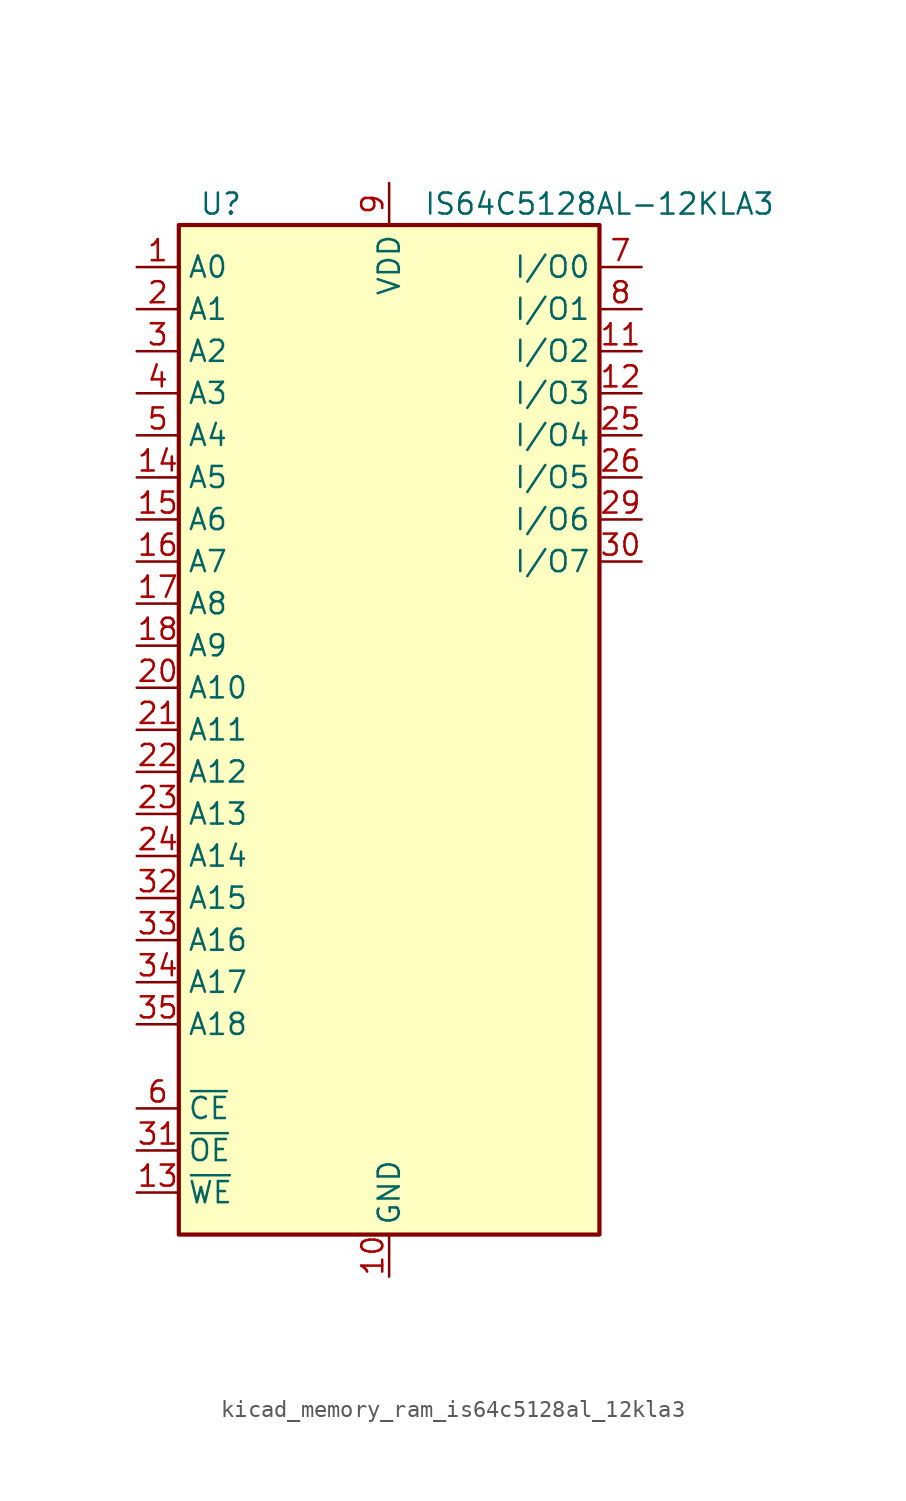
<source format=kicad_sym>
(kicad_symbol_lib
  (version 20220914)
  (generator kicad_symbol_editor)
  (symbol "kicad_memory_ram_is64c5128al_12kla3"
    (property "Reference" "U"
      (at -10.16 31.75 0)
      (effects (font (size 1.27 1.27))))
    (property "Value" "IS64C5128AL-12KLA3"
      (at 12.7 31.75 0)
      (effects (font (size 1.27 1.27))))
    (symbol "kicad_memory_ram_is64c5128al_12kla3_0_1"
      (rectangle (start -12.7 30.48) (end 12.7 -30.48) (stroke (width 0.254) (type default)) (fill (type background))))
    (symbol "kicad_memory_ram_is64c5128al_12kla3_1_1"
      (pin input line (at -15.24 27.94 0) (length 2.54) (name "A0" (effects (font (size 1.27 1.27)))) (number "1" (effects (font (size 1.27 1.27)))))
      (pin power_in line (at 0 -33.02 90) (length 2.54) (name "GND" (effects (font (size 1.27 1.27)))) (number "10" (effects (font (size 1.27 1.27)))))
      (pin bidirectional line (at 15.24 22.86 180) (length 2.54) (name "I/O2" (effects (font (size 1.27 1.27)))) (number "11" (effects (font (size 1.27 1.27)))))
      (pin bidirectional line (at 15.24 20.32 180) (length 2.54) (name "I/O3" (effects (font (size 1.27 1.27)))) (number "12" (effects (font (size 1.27 1.27)))))
      (pin input line (at -15.24 -27.94 0) (length 2.54) (name "~{WE}" (effects (font (size 1.27 1.27)))) (number "13" (effects (font (size 1.27 1.27)))))
      (pin input line (at -15.24 15.24 0) (length 2.54) (name "A5" (effects (font (size 1.27 1.27)))) (number "14" (effects (font (size 1.27 1.27)))))
      (pin input line (at -15.24 12.7 0) (length 2.54) (name "A6" (effects (font (size 1.27 1.27)))) (number "15" (effects (font (size 1.27 1.27)))))
      (pin input line (at -15.24 10.16 0) (length 2.54) (name "A7" (effects (font (size 1.27 1.27)))) (number "16" (effects (font (size 1.27 1.27)))))
      (pin input line (at -15.24 7.62 0) (length 2.54) (name "A8" (effects (font (size 1.27 1.27)))) (number "17" (effects (font (size 1.27 1.27)))))
      (pin input line (at -15.24 5.08 0) (length 2.54) (name "A9" (effects (font (size 1.27 1.27)))) (number "18" (effects (font (size 1.27 1.27)))))
      (pin no_connect line (at 12.7 -27.94 180) (length 2.54) hide (name "NC" (effects (font (size 1.27 1.27)))) (number "19" (effects (font (size 1.27 1.27)))))
      (pin input line (at -15.24 25.4 0) (length 2.54) (name "A1" (effects (font (size 1.27 1.27)))) (number "2" (effects (font (size 1.27 1.27)))))
      (pin input line (at -15.24 2.54 0) (length 2.54) (name "A10" (effects (font (size 1.27 1.27)))) (number "20" (effects (font (size 1.27 1.27)))))
      (pin input line (at -15.24 0 0) (length 2.54) (name "A11" (effects (font (size 1.27 1.27)))) (number "21" (effects (font (size 1.27 1.27)))))
      (pin input line (at -15.24 -2.54 0) (length 2.54) (name "A12" (effects (font (size 1.27 1.27)))) (number "22" (effects (font (size 1.27 1.27)))))
      (pin input line (at -15.24 -5.08 0) (length 2.54) (name "A13" (effects (font (size 1.27 1.27)))) (number "23" (effects (font (size 1.27 1.27)))))
      (pin input line (at -15.24 -7.62 0) (length 2.54) (name "A14" (effects (font (size 1.27 1.27)))) (number "24" (effects (font (size 1.27 1.27)))))
      (pin bidirectional line (at 15.24 17.78 180) (length 2.54) (name "I/O4" (effects (font (size 1.27 1.27)))) (number "25" (effects (font (size 1.27 1.27)))))
      (pin bidirectional line (at 15.24 15.24 180) (length 2.54) (name "I/O5" (effects (font (size 1.27 1.27)))) (number "26" (effects (font (size 1.27 1.27)))))
      (pin passive line (at 0 33.02 270) (length 2.54) hide (name "VDD" (effects (font (size 1.27 1.27)))) (number "27" (effects (font (size 1.27 1.27)))))
      (pin passive line (at 0 -33.02 90) (length 2.54) hide (name "GND" (effects (font (size 1.27 1.27)))) (number "28" (effects (font (size 1.27 1.27)))))
      (pin bidirectional line (at 15.24 12.7 180) (length 2.54) (name "I/O6" (effects (font (size 1.27 1.27)))) (number "29" (effects (font (size 1.27 1.27)))))
      (pin input line (at -15.24 22.86 0) (length 2.54) (name "A2" (effects (font (size 1.27 1.27)))) (number "3" (effects (font (size 1.27 1.27)))))
      (pin bidirectional line (at 15.24 10.16 180) (length 2.54) (name "I/O7" (effects (font (size 1.27 1.27)))) (number "30" (effects (font (size 1.27 1.27)))))
      (pin input line (at -15.24 -25.4 0) (length 2.54) (name "~{OE}" (effects (font (size 1.27 1.27)))) (number "31" (effects (font (size 1.27 1.27)))))
      (pin input line (at -15.24 -10.16 0) (length 2.54) (name "A15" (effects (font (size 1.27 1.27)))) (number "32" (effects (font (size 1.27 1.27)))))
      (pin input line (at -15.24 -12.7 0) (length 2.54) (name "A16" (effects (font (size 1.27 1.27)))) (number "33" (effects (font (size 1.27 1.27)))))
      (pin input line (at -15.24 -15.24 0) (length 2.54) (name "A17" (effects (font (size 1.27 1.27)))) (number "34" (effects (font (size 1.27 1.27)))))
      (pin input line (at -15.24 -17.78 0) (length 2.54) (name "A18" (effects (font (size 1.27 1.27)))) (number "35" (effects (font (size 1.27 1.27)))))
      (pin no_connect line (at 12.7 -25.4 180) (length 2.54) hide (name "NC" (effects (font (size 1.27 1.27)))) (number "36" (effects (font (size 1.27 1.27)))))
      (pin input line (at -15.24 20.32 0) (length 2.54) (name "A3" (effects (font (size 1.27 1.27)))) (number "4" (effects (font (size 1.27 1.27)))))
      (pin input line (at -15.24 17.78 0) (length 2.54) (name "A4" (effects (font (size 1.27 1.27)))) (number "5" (effects (font (size 1.27 1.27)))))
      (pin input line (at -15.24 -22.86 0) (length 2.54) (name "~{CE}" (effects (font (size 1.27 1.27)))) (number "6" (effects (font (size 1.27 1.27)))))
      (pin bidirectional line (at 15.24 27.94 180) (length 2.54) (name "I/O0" (effects (font (size 1.27 1.27)))) (number "7" (effects (font (size 1.27 1.27)))))
      (pin bidirectional line (at 15.24 25.4 180) (length 2.54) (name "I/O1" (effects (font (size 1.27 1.27)))) (number "8" (effects (font (size 1.27 1.27)))))
      (pin power_in line (at 0 33.02 270) (length 2.54) (name "VDD" (effects (font (size 1.27 1.27)))) (number "9" (effects (font (size 1.27 1.27))))))))
</source>
